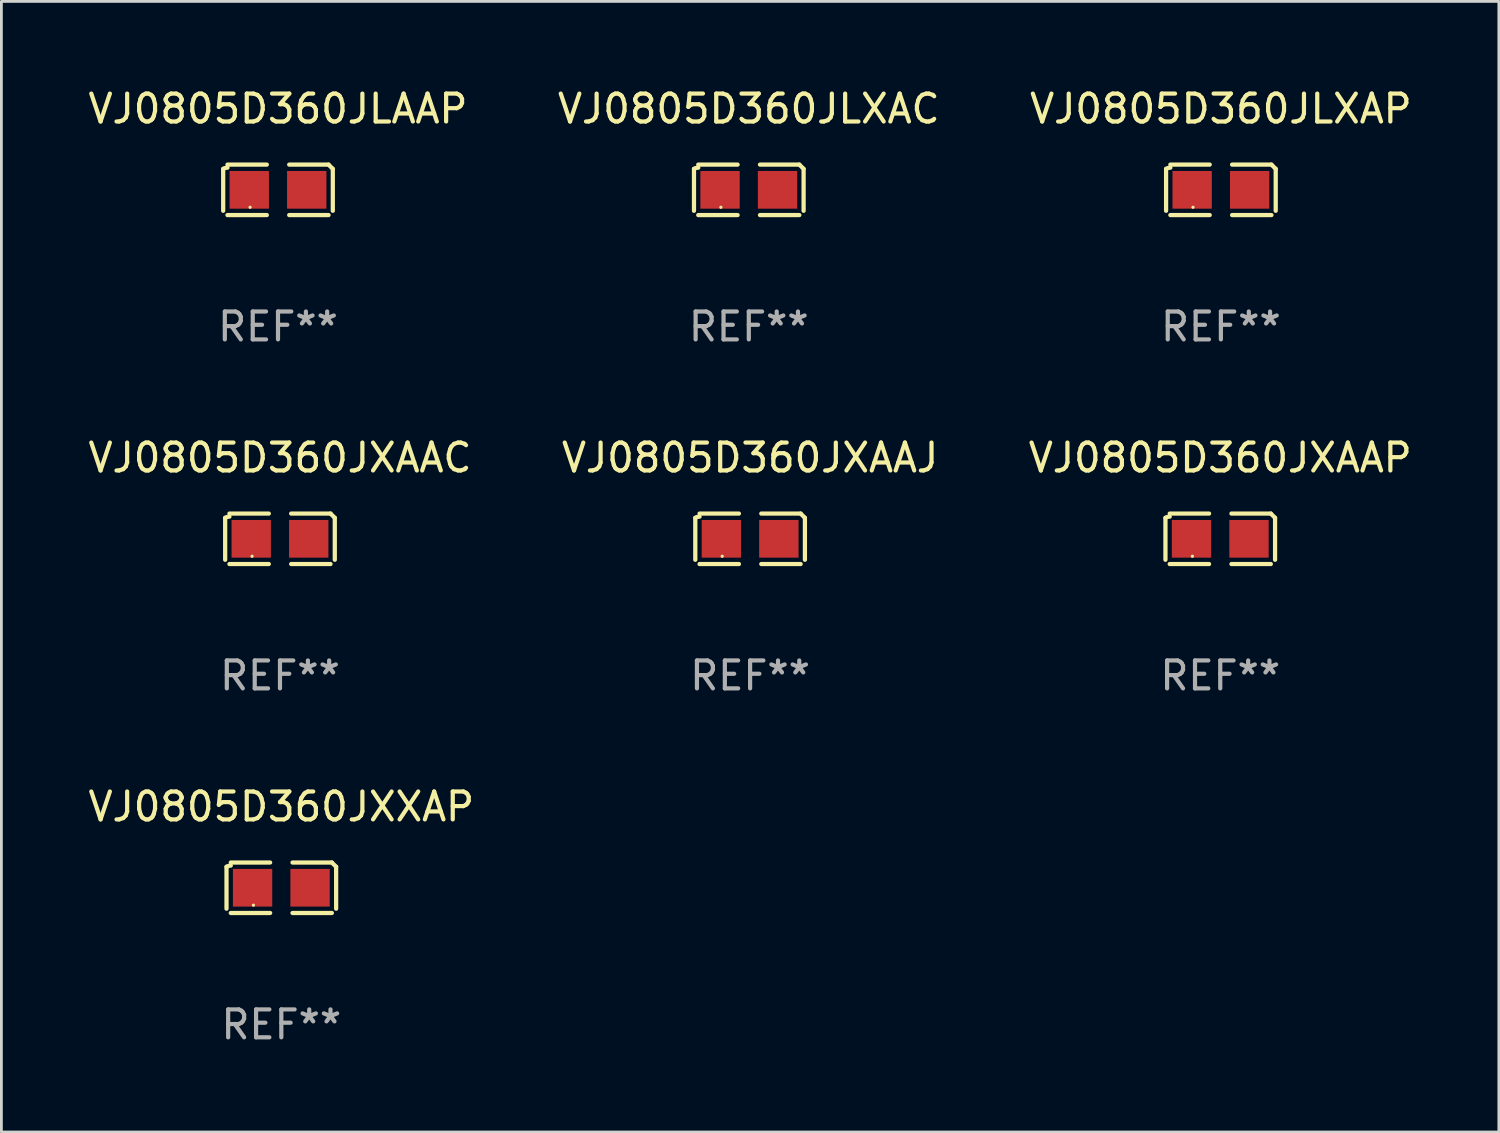
<source format=kicad_pcb>
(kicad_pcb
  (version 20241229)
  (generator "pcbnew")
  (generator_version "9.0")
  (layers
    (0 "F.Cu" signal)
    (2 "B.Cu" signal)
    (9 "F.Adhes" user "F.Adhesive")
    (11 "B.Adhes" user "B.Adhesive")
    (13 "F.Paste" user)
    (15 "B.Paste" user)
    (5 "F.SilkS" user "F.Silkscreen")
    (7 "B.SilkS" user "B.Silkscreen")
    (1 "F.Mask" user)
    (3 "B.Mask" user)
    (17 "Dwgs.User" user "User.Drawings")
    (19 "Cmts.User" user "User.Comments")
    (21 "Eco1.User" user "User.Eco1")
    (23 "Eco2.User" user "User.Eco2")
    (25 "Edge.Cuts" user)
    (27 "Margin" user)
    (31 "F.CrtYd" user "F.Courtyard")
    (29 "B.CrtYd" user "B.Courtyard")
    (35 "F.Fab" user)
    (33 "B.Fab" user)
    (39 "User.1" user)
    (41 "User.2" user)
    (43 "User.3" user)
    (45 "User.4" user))
  (footprint "VJ0805D360JLAAP"
    (layer "F.Cu")
    (at 6.911 3.752)
    (property "Reference" "VJ0805D360JLAAP" (at 0 -2.904 0) (layer "F.SilkS") (effects (font (size 1 1) (thickness 0.15))))
    (attr through_hole)
    (fp_line (start -1.964 0.751) (end -1.964 -0.751) (stroke (width 0.152) (type solid)) (layer "F.SilkS"))
    (fp_line (start -1.811 -0.904) (end -0.401 -0.904) (stroke (width 0.152) (type solid)) (layer "F.SilkS"))
    (fp_line (start -0.401 0.904) (end -1.811 0.904) (stroke (width 0.152) (type solid)) (layer "F.SilkS"))
    (fp_line (start 0.401 0.904) (end 1.811 0.904) (stroke (width 0.152) (type solid)) (layer "F.SilkS"))
    (fp_line (start 1.811 -0.904) (end 0.401 -0.904) (stroke (width 0.152) (type solid)) (layer "F.SilkS"))
    (fp_line (start 1.964 0.751) (end 1.964 -0.751) (stroke (width 0.152) (type solid)) (layer "F.SilkS"))
    (fp_arc (start -1.963602 -0.751207) (mid -1.890354 -0.783131) (end -1.811201 -0.794044) (stroke (width 0.1524) (type solid)) (layer "F.SilkS"))
    (fp_arc (start 1.811202 -0.903607) (mid 1.887413 -0.827418) (end 1.963602 -0.751207) (stroke (width 0.1524) (type solid)) (layer "F.SilkS"))
    (fp_circle (center -1 0.625) (end -0.97 0.625) (stroke (width 0.06) (type solid)) (fill no) (layer "F.SilkS"))
    (fp_text user "REF**" (at 0 4.904 0) (layer "F.Fab") (effects (font (size 1 1) (thickness 0.15))))
    (pad "1" smd rect (at -1.03 0) (size 1.41 1.35) (layers "F.Cu" "F.Mask" "F.Paste"))
    (pad "2" smd rect (at 1.03 0) (size 1.41 1.35) (layers "F.Cu" "F.Mask" "F.Paste")))
  (footprint "VJ0805D360JXAAJ"
    (layer "F.Cu")
    (at 23.827 16.256)
    (property "Reference" "VJ0805D360JXAAJ" (at 0 -2.904 0) (layer "F.SilkS") (effects (font (size 1 1) (thickness 0.15))))
    (attr through_hole)
    (fp_line (start -1.964 0.751) (end -1.964 -0.751) (stroke (width 0.152) (type solid)) (layer "F.SilkS"))
    (fp_line (start -1.811 -0.904) (end -0.401 -0.904) (stroke (width 0.152) (type solid)) (layer "F.SilkS"))
    (fp_line (start -0.401 0.904) (end -1.811 0.904) (stroke (width 0.152) (type solid)) (layer "F.SilkS"))
    (fp_line (start 0.401 0.904) (end 1.811 0.904) (stroke (width 0.152) (type solid)) (layer "F.SilkS"))
    (fp_line (start 1.811 -0.904) (end 0.401 -0.904) (stroke (width 0.152) (type solid)) (layer "F.SilkS"))
    (fp_line (start 1.964 0.751) (end 1.964 -0.751) (stroke (width 0.152) (type solid)) (layer "F.SilkS"))
    (fp_arc (start -1.963602 -0.751207) (mid -1.890354 -0.783131) (end -1.811201 -0.794044) (stroke (width 0.1524) (type solid)) (layer "F.SilkS"))
    (fp_arc (start 1.811202 -0.903607) (mid 1.887413 -0.827418) (end 1.963602 -0.751207) (stroke (width 0.1524) (type solid)) (layer "F.SilkS"))
    (fp_circle (center -1 0.625) (end -0.97 0.625) (stroke (width 0.06) (type solid)) (fill no) (layer "F.SilkS"))
    (fp_text user "REF**" (at 0 4.904 0) (layer "F.Fab") (effects (font (size 1 1) (thickness 0.15))))
    (pad "1" smd rect (at -1.03 0) (size 1.41 1.35) (layers "F.Cu" "F.Mask" "F.Paste"))
    (pad "2" smd rect (at 1.03 0) (size 1.41 1.35) (layers "F.Cu" "F.Mask" "F.Paste")))
  (footprint "VJ0805D360JXAAP"
    (layer "F.Cu")
    (at 40.673 16.256)
    (property "Reference" "VJ0805D360JXAAP" (at 0 -2.904 0) (layer "F.SilkS") (effects (font (size 1 1) (thickness 0.15))))
    (attr through_hole)
    (fp_line (start -1.964 0.751) (end -1.964 -0.751) (stroke (width 0.152) (type solid)) (layer "F.SilkS"))
    (fp_line (start -1.811 -0.904) (end -0.401 -0.904) (stroke (width 0.152) (type solid)) (layer "F.SilkS"))
    (fp_line (start -0.401 0.904) (end -1.811 0.904) (stroke (width 0.152) (type solid)) (layer "F.SilkS"))
    (fp_line (start 0.401 0.904) (end 1.811 0.904) (stroke (width 0.152) (type solid)) (layer "F.SilkS"))
    (fp_line (start 1.811 -0.904) (end 0.401 -0.904) (stroke (width 0.152) (type solid)) (layer "F.SilkS"))
    (fp_line (start 1.964 0.751) (end 1.964 -0.751) (stroke (width 0.152) (type solid)) (layer "F.SilkS"))
    (fp_arc (start -1.963602 -0.751207) (mid -1.890354 -0.783131) (end -1.811201 -0.794044) (stroke (width 0.1524) (type solid)) (layer "F.SilkS"))
    (fp_arc (start 1.811202 -0.903607) (mid 1.887413 -0.827418) (end 1.963602 -0.751207) (stroke (width 0.1524) (type solid)) (layer "F.SilkS"))
    (fp_circle (center -1 0.625) (end -0.97 0.625) (stroke (width 0.06) (type solid)) (fill no) (layer "F.SilkS"))
    (fp_text user "REF**" (at 0 4.904 0) (layer "F.Fab") (effects (font (size 1 1) (thickness 0.15))))
    (pad "1" smd rect (at -1.03 0) (size 1.41 1.35) (layers "F.Cu" "F.Mask" "F.Paste"))
    (pad "2" smd rect (at 1.03 0) (size 1.41 1.35) (layers "F.Cu" "F.Mask" "F.Paste")))
  (footprint "VJ0805D360JXXAP"
    (layer "F.Cu")
    (at 7.03 28.759)
    (property "Reference" "VJ0805D360JXXAP" (at 0 -2.904 0) (layer "F.SilkS") (effects (font (size 1 1) (thickness 0.15))))
    (attr through_hole)
    (fp_line (start -1.964 0.751) (end -1.964 -0.751) (stroke (width 0.152) (type solid)) (layer "F.SilkS"))
    (fp_line (start -1.811 -0.904) (end -0.401 -0.904) (stroke (width 0.152) (type solid)) (layer "F.SilkS"))
    (fp_line (start -0.401 0.904) (end -1.811 0.904) (stroke (width 0.152) (type solid)) (layer "F.SilkS"))
    (fp_line (start 0.401 0.904) (end 1.811 0.904) (stroke (width 0.152) (type solid)) (layer "F.SilkS"))
    (fp_line (start 1.811 -0.904) (end 0.401 -0.904) (stroke (width 0.152) (type solid)) (layer "F.SilkS"))
    (fp_line (start 1.964 0.751) (end 1.964 -0.751) (stroke (width 0.152) (type solid)) (layer "F.SilkS"))
    (fp_arc (start -1.963602 -0.751207) (mid -1.890354 -0.783131) (end -1.811201 -0.794044) (stroke (width 0.1524) (type solid)) (layer "F.SilkS"))
    (fp_arc (start 1.811202 -0.903607) (mid 1.887413 -0.827418) (end 1.963602 -0.751207) (stroke (width 0.1524) (type solid)) (layer "F.SilkS"))
    (fp_circle (center -1 0.625) (end -0.97 0.625) (stroke (width 0.06) (type solid)) (fill no) (layer "F.SilkS"))
    (fp_text user "REF**" (at 0 4.904 0) (layer "F.Fab") (effects (font (size 1 1) (thickness 0.15))))
    (pad "1" smd rect (at -1.03 0) (size 1.41 1.35) (layers "F.Cu" "F.Mask" "F.Paste"))
    (pad "2" smd rect (at 1.03 0) (size 1.41 1.35) (layers "F.Cu" "F.Mask" "F.Paste")))
  (footprint "VJ0805D360JLXAC"
    (layer "F.Cu")
    (at 23.78 3.752)
    (property "Reference" "VJ0805D360JLXAC" (at 0 -2.904 0) (layer "F.SilkS") (effects (font (size 1 1) (thickness 0.15))))
    (attr through_hole)
    (fp_line (start -1.964 0.751) (end -1.964 -0.751) (stroke (width 0.152) (type solid)) (layer "F.SilkS"))
    (fp_line (start -1.811 -0.904) (end -0.401 -0.904) (stroke (width 0.152) (type solid)) (layer "F.SilkS"))
    (fp_line (start -0.401 0.904) (end -1.811 0.904) (stroke (width 0.152) (type solid)) (layer "F.SilkS"))
    (fp_line (start 0.401 0.904) (end 1.811 0.904) (stroke (width 0.152) (type solid)) (layer "F.SilkS"))
    (fp_line (start 1.811 -0.904) (end 0.401 -0.904) (stroke (width 0.152) (type solid)) (layer "F.SilkS"))
    (fp_line (start 1.964 0.751) (end 1.964 -0.751) (stroke (width 0.152) (type solid)) (layer "F.SilkS"))
    (fp_arc (start -1.963602 -0.751207) (mid -1.890354 -0.783131) (end -1.811201 -0.794044) (stroke (width 0.1524) (type solid)) (layer "F.SilkS"))
    (fp_arc (start 1.811202 -0.903607) (mid 1.887413 -0.827418) (end 1.963602 -0.751207) (stroke (width 0.1524) (type solid)) (layer "F.SilkS"))
    (fp_circle (center -1 0.625) (end -0.97 0.625) (stroke (width 0.06) (type solid)) (fill no) (layer "F.SilkS"))
    (fp_text user "REF**" (at 0 4.904 0) (layer "F.Fab") (effects (font (size 1 1) (thickness 0.15))))
    (pad "1" smd rect (at -1.03 0) (size 1.41 1.35) (layers "F.Cu" "F.Mask" "F.Paste"))
    (pad "2" smd rect (at 1.03 0) (size 1.41 1.35) (layers "F.Cu" "F.Mask" "F.Paste")))
  (footprint "VJ0805D360JXAAC"
    (layer "F.Cu")
    (at 6.982 16.256)
    (property "Reference" "VJ0805D360JXAAC" (at 0 -2.904 0) (layer "F.SilkS") (effects (font (size 1 1) (thickness 0.15))))
    (attr through_hole)
    (fp_line (start -1.964 0.751) (end -1.964 -0.751) (stroke (width 0.152) (type solid)) (layer "F.SilkS"))
    (fp_line (start -1.811 -0.904) (end -0.401 -0.904) (stroke (width 0.152) (type solid)) (layer "F.SilkS"))
    (fp_line (start -0.401 0.904) (end -1.811 0.904) (stroke (width 0.152) (type solid)) (layer "F.SilkS"))
    (fp_line (start 0.401 0.904) (end 1.811 0.904) (stroke (width 0.152) (type solid)) (layer "F.SilkS"))
    (fp_line (start 1.811 -0.904) (end 0.401 -0.904) (stroke (width 0.152) (type solid)) (layer "F.SilkS"))
    (fp_line (start 1.964 0.751) (end 1.964 -0.751) (stroke (width 0.152) (type solid)) (layer "F.SilkS"))
    (fp_arc (start -1.963602 -0.751207) (mid -1.890354 -0.783131) (end -1.811201 -0.794044) (stroke (width 0.1524) (type solid)) (layer "F.SilkS"))
    (fp_arc (start 1.811202 -0.903607) (mid 1.887413 -0.827418) (end 1.963602 -0.751207) (stroke (width 0.1524) (type solid)) (layer "F.SilkS"))
    (fp_circle (center -1 0.625) (end -0.97 0.625) (stroke (width 0.06) (type solid)) (fill no) (layer "F.SilkS"))
    (fp_text user "REF**" (at 0 4.904 0) (layer "F.Fab") (effects (font (size 1 1) (thickness 0.15))))
    (pad "1" smd rect (at -1.03 0) (size 1.41 1.35) (layers "F.Cu" "F.Mask" "F.Paste"))
    (pad "2" smd rect (at 1.03 0) (size 1.41 1.35) (layers "F.Cu" "F.Mask" "F.Paste")))
  (footprint "VJ0805D360JLXAP"
    (layer "F.Cu")
    (at 40.696 3.752)
    (property "Reference" "VJ0805D360JLXAP" (at 0 -2.904 0) (layer "F.SilkS") (effects (font (size 1 1) (thickness 0.15))))
    (attr through_hole)
    (fp_line (start -1.964 0.751) (end -1.964 -0.751) (stroke (width 0.152) (type solid)) (layer "F.SilkS"))
    (fp_line (start -1.811 -0.904) (end -0.401 -0.904) (stroke (width 0.152) (type solid)) (layer "F.SilkS"))
    (fp_line (start -0.401 0.904) (end -1.811 0.904) (stroke (width 0.152) (type solid)) (layer "F.SilkS"))
    (fp_line (start 0.401 0.904) (end 1.811 0.904) (stroke (width 0.152) (type solid)) (layer "F.SilkS"))
    (fp_line (start 1.811 -0.904) (end 0.401 -0.904) (stroke (width 0.152) (type solid)) (layer "F.SilkS"))
    (fp_line (start 1.964 0.751) (end 1.964 -0.751) (stroke (width 0.152) (type solid)) (layer "F.SilkS"))
    (fp_arc (start -1.963602 -0.751207) (mid -1.890354 -0.783131) (end -1.811201 -0.794044) (stroke (width 0.1524) (type solid)) (layer "F.SilkS"))
    (fp_arc (start 1.811202 -0.903607) (mid 1.887413 -0.827418) (end 1.963602 -0.751207) (stroke (width 0.1524) (type solid)) (layer "F.SilkS"))
    (fp_circle (center -1 0.625) (end -0.97 0.625) (stroke (width 0.06) (type solid)) (fill no) (layer "F.SilkS"))
    (fp_text user "REF**" (at 0 4.904 0) (layer "F.Fab") (effects (font (size 1 1) (thickness 0.15))))
    (pad "1" smd rect (at -1.03 0) (size 1.41 1.35) (layers "F.Cu" "F.Mask" "F.Paste"))
    (pad "2" smd rect (at 1.03 0) (size 1.41 1.35) (layers "F.Cu" "F.Mask" "F.Paste")))
  (gr_rect
    (start -3 -3)
    (end 50.655 37.511)
    (stroke (width 0.1) (type default))
    (fill no)
    (layer "Edge.Cuts")))
</source>
